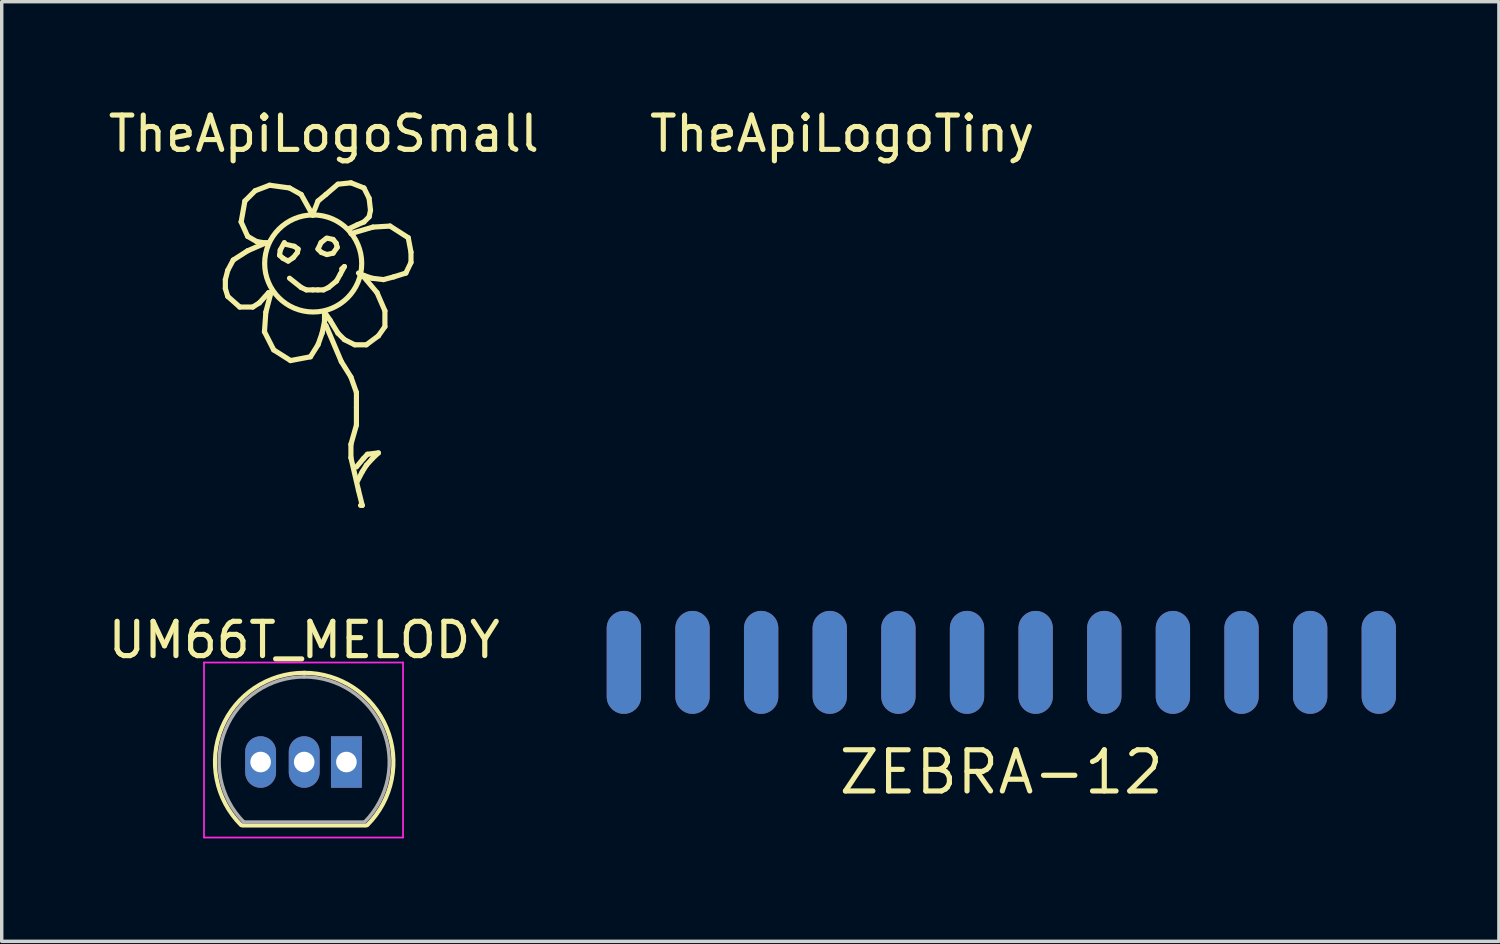
<source format=kicad_pcb>
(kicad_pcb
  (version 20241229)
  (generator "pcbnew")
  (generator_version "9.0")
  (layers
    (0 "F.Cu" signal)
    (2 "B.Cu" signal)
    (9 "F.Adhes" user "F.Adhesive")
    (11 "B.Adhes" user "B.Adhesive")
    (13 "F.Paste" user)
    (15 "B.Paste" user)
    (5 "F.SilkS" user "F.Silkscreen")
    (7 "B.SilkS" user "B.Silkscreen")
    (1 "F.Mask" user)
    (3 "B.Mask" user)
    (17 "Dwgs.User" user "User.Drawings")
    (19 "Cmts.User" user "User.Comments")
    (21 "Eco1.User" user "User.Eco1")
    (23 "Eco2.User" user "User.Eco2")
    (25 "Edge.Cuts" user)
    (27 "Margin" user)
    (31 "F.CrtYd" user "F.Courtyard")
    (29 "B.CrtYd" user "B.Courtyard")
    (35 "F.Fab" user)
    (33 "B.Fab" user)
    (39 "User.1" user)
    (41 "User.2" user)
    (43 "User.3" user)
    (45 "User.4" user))
  (footprint "UM66T_MELODY"
    (layer "F.Cu")
    (at 4.545 19.157)
    (property "Reference" "UM66T_MELODY" (at 1.27 -3.556 0) (layer "F.SilkS") (effects (font (size 1 1) (thickness 0.15))))
    (attr through_hole)
    (fp_line (start -0.53 1.85) (end 3.07 1.85) (stroke (width 0.12) (type solid)) (layer "F.SilkS"))
    (fp_arc (start -0.568478 1.838478) (mid -1.132087 -0.994977) (end 1.27 -2.6) (stroke (width 0.12) (type solid)) (layer "F.SilkS"))
    (fp_arc (start 1.27 -2.6) (mid 3.672087 -0.994977) (end 3.108478 1.838478) (stroke (width 0.12) (type solid)) (layer "F.SilkS"))
    (fp_line (start -1.65 -2.9) (end 4.15 -2.9) (stroke (width 0.05) (type solid)) (layer "F.CrtYd"))
    (fp_line (start -1.65 2.2) (end -1.65 -2.9) (stroke (width 0.05) (type solid)) (layer "F.CrtYd"))
    (fp_line (start 4.15 -2.9) (end 4.15 2.2) (stroke (width 0.05) (type solid)) (layer "F.CrtYd"))
    (fp_line (start 4.15 2.2) (end -1.65 2.2) (stroke (width 0.05) (type solid)) (layer "F.CrtYd"))
    (fp_line (start -0.5 1.75) (end 3 1.75) (stroke (width 0.1) (type solid)) (layer "F.Fab"))
    (fp_arc (start -0.483625 1.753625) (mid -1.021221 -0.949055) (end 1.27 -2.48) (stroke (width 0.1) (type solid)) (layer "F.Fab"))
    (fp_arc (start 1.27 -2.48) (mid 3.561221 -0.949055) (end 3.023625 1.753625) (stroke (width 0.1) (type solid)) (layer "F.Fab"))
    (pad "1" thru_hole rect (at 2.5 0 180) (size 0.899 1.501) (drill 0.6) (layers "*.Cu" "*.Mask"))
    (pad "2" thru_hole oval (at 1.27 0 180) (size 0.899 1.501) (drill 0.6) (layers "*.Cu" "*.Mask"))
    (pad "3" thru_hole oval (at 0 0 180) (size 0.899 1.501) (drill 0.6) (layers "*.Cu" "*.Mask")))
  (footprint "TheApiLogoSmall"
    (layer "F.Cu")
    (at 6.247 1.688)
    (property "Reference" "TheApiLogoSmall" (at 0.14 -0.84 0) (layer "F.SilkS") (effects (font (size 1 1) (thickness 0.15))))
    (attr through_hole)
    (fp_line (start -2.73 3.41) (end -2.73 3.67) (stroke (width 0.15) (type solid)) (layer "F.SilkS"))
    (fp_line (start -2.73 3.67) (end -2.66 3.9) (stroke (width 0.15) (type solid)) (layer "F.SilkS"))
    (fp_line (start -2.66 3.14) (end -2.73 3.41) (stroke (width 0.15) (type solid)) (layer "F.SilkS"))
    (fp_line (start -2.66 3.9) (end -2.31 4.21) (stroke (width 0.15) (type solid)) (layer "F.SilkS"))
    (fp_line (start -2.5 2.84) (end -2.66 3.14) (stroke (width 0.15) (type solid)) (layer "F.SilkS"))
    (fp_line (start -2.31 4.21) (end -1.93 4.21) (stroke (width 0.15) (type solid)) (layer "F.SilkS"))
    (fp_line (start -2.27 1.73) (end -2.08 2.15) (stroke (width 0.15) (type solid)) (layer "F.SilkS"))
    (fp_line (start -2.16 1.12) (end -2.27 1.73) (stroke (width 0.15) (type solid)) (layer "F.SilkS"))
    (fp_line (start -2.08 2.15) (end -1.82 2.3) (stroke (width 0.15) (type solid)) (layer "F.SilkS"))
    (fp_line (start -2.08 2.57) (end -2.5 2.84) (stroke (width 0.15) (type solid)) (layer "F.SilkS"))
    (fp_line (start -1.93 4.21) (end -1.74 4.09) (stroke (width 0.15) (type solid)) (layer "F.SilkS"))
    (fp_line (start -1.86 0.82) (end -2.16 1.12) (stroke (width 0.15) (type solid)) (layer "F.SilkS"))
    (fp_line (start -1.82 2.3) (end -1.59 2.34) (stroke (width 0.15) (type solid)) (layer "F.SilkS"))
    (fp_line (start -1.74 4.09) (end -1.47 3.79) (stroke (width 0.15) (type solid)) (layer "F.SilkS"))
    (fp_line (start -1.59 2.34) (end -1.51 2.34) (stroke (width 0.15) (type solid)) (layer "F.SilkS"))
    (fp_line (start -1.59 4.93) (end -1.32 5.46) (stroke (width 0.15) (type solid)) (layer "F.SilkS"))
    (fp_line (start -1.55 2.34) (end -2.08 2.57) (stroke (width 0.15) (type solid)) (layer "F.SilkS"))
    (fp_line (start -1.55 4.36) (end -1.59 4.93) (stroke (width 0.15) (type solid)) (layer "F.SilkS"))
    (fp_line (start -1.51 2.34) (end -1.51 2.38) (stroke (width 0.15) (type solid)) (layer "F.SilkS"))
    (fp_line (start -1.47 3.79) (end -1.4 3.79) (stroke (width 0.15) (type solid)) (layer "F.SilkS"))
    (fp_line (start -1.44 0.66) (end -1.86 0.82) (stroke (width 0.15) (type solid)) (layer "F.SilkS"))
    (fp_line (start -1.4 3.79) (end -1.55 4.36) (stroke (width 0.15) (type solid)) (layer "F.SilkS"))
    (fp_line (start -1.32 5.46) (end -0.83 5.77) (stroke (width 0.15) (type solid)) (layer "F.SilkS"))
    (fp_line (start -1.15 2.7) (end -1.05 2.79) (stroke (width 0.15) (type solid)) (layer "F.SilkS"))
    (fp_line (start -1.13 2.55) (end -1.15 2.7) (stroke (width 0.15) (type solid)) (layer "F.SilkS"))
    (fp_line (start -1.05 2.79) (end -0.9 2.87) (stroke (width 0.15) (type solid)) (layer "F.SilkS"))
    (fp_line (start -1.01 2.33) (end -1.13 2.55) (stroke (width 0.15) (type solid)) (layer "F.SilkS"))
    (fp_line (start -0.9 2.87) (end -0.75 2.77) (stroke (width 0.15) (type solid)) (layer "F.SilkS"))
    (fp_line (start -0.86 0.74) (end -1.44 0.66) (stroke (width 0.15) (type solid)) (layer "F.SilkS"))
    (fp_line (start -0.86 3.37) (end -0.52 3.64) (stroke (width 0.15) (type solid)) (layer "F.SilkS"))
    (fp_line (start -0.83 5.77) (end -0.25 5.66) (stroke (width 0.15) (type solid)) (layer "F.SilkS"))
    (fp_line (start -0.75 2.77) (end -0.63 2.62) (stroke (width 0.15) (type solid)) (layer "F.SilkS"))
    (fp_line (start -0.72 2.44) (end -0.98 2.38) (stroke (width 0.15) (type solid)) (layer "F.SilkS"))
    (fp_line (start -0.63 2.62) (end -0.61 2.52) (stroke (width 0.15) (type solid)) (layer "F.SilkS"))
    (fp_line (start -0.61 2.52) (end -0.72 2.44) (stroke (width 0.15) (type solid)) (layer "F.SilkS"))
    (fp_line (start -0.52 0.93) (end -0.86 0.74) (stroke (width 0.15) (type solid)) (layer "F.SilkS"))
    (fp_line (start -0.52 3.64) (end -0.37 3.71) (stroke (width 0.15) (type solid)) (layer "F.SilkS"))
    (fp_line (start -0.37 3.71) (end -0.18 3.71) (stroke (width 0.15) (type solid)) (layer "F.SilkS"))
    (fp_line (start -0.25 5.66) (end -0.03 5.31) (stroke (width 0.15) (type solid)) (layer "F.SilkS"))
    (fp_line (start -0.18 1.5) (end -0.03 1.12) (stroke (width 0.15) (type solid)) (layer "F.SilkS"))
    (fp_line (start -0.18 1.54) (end -0.52 0.93) (stroke (width 0.15) (type solid)) (layer "F.SilkS"))
    (fp_line (start -0.18 3.71) (end -0.03 3.71) (stroke (width 0.15) (type solid)) (layer "F.SilkS"))
    (fp_line (start -0.03 1.12) (end 0.2 0.93) (stroke (width 0.15) (type solid)) (layer "F.SilkS"))
    (fp_line (start -0.03 2.52) (end 0.07 2.62) (stroke (width 0.15) (type solid)) (layer "F.SilkS"))
    (fp_line (start -0.03 3.71) (end 0.13 3.71) (stroke (width 0.15) (type solid)) (layer "F.SilkS"))
    (fp_line (start -0.03 5.31) (end 0.09 4.97) (stroke (width 0.15) (type solid)) (layer "F.SilkS"))
    (fp_line (start 0.06 2.33) (end -0.03 2.52) (stroke (width 0.15) (type solid)) (layer "F.SilkS"))
    (fp_line (start 0.07 2.62) (end 0.23 2.68) (stroke (width 0.15) (type solid)) (layer "F.SilkS"))
    (fp_line (start 0.09 4.97) (end 0.16 4.63) (stroke (width 0.15) (type solid)) (layer "F.SilkS"))
    (fp_line (start 0.13 3.71) (end 0.28 3.64) (stroke (width 0.15) (type solid)) (layer "F.SilkS"))
    (fp_line (start 0.16 4.63) (end 0.16 4.36) (stroke (width 0.15) (type solid)) (layer "F.SilkS"))
    (fp_line (start 0.2 0.93) (end 0.55 0.63) (stroke (width 0.15) (type solid)) (layer "F.SilkS"))
    (fp_line (start 0.2 4.74) (end 0.65 5.8) (stroke (width 0.15) (type solid)) (layer "F.SilkS"))
    (fp_line (start 0.21 2.21) (end 0.06 2.33) (stroke (width 0.15) (type solid)) (layer "F.SilkS"))
    (fp_line (start 0.23 2.68) (end 0.41 2.64) (stroke (width 0.15) (type solid)) (layer "F.SilkS"))
    (fp_line (start 0.28 3.64) (end 0.51 3.45) (stroke (width 0.15) (type solid)) (layer "F.SilkS"))
    (fp_line (start 0.32 4.59) (end 0.16 4.36) (stroke (width 0.15) (type solid)) (layer "F.SilkS"))
    (fp_line (start 0.41 2.24) (end 0.23 2.2) (stroke (width 0.15) (type solid)) (layer "F.SilkS"))
    (fp_line (start 0.41 2.64) (end 0.53 2.47) (stroke (width 0.15) (type solid)) (layer "F.SilkS"))
    (fp_line (start 0.5 2.35) (end 0.41 2.24) (stroke (width 0.15) (type solid)) (layer "F.SilkS"))
    (fp_line (start 0.51 3.45) (end 0.62 3.25) (stroke (width 0.15) (type solid)) (layer "F.SilkS"))
    (fp_line (start 0.53 2.47) (end 0.5 2.35) (stroke (width 0.15) (type solid)) (layer "F.SilkS"))
    (fp_line (start 0.55 0.63) (end 0.93 0.59) (stroke (width 0.15) (type solid)) (layer "F.SilkS"))
    (fp_line (start 0.55 4.97) (end 0.32 4.59) (stroke (width 0.15) (type solid)) (layer "F.SilkS"))
    (fp_line (start 0.62 3.25) (end 0.74 3.03) (stroke (width 0.15) (type solid)) (layer "F.SilkS"))
    (fp_line (start 0.65 5.8) (end 0.93 6.25) (stroke (width 0.15) (type solid)) (layer "F.SilkS"))
    (fp_line (start 0.74 3.03) (end 0.66 3.1) (stroke (width 0.15) (type solid)) (layer "F.SilkS"))
    (fp_line (start 0.74 5.16) (end 0.55 4.97) (stroke (width 0.15) (type solid)) (layer "F.SilkS"))
    (fp_line (start 0.93 0.59) (end 1.31 0.74) (stroke (width 0.15) (type solid)) (layer "F.SilkS"))
    (fp_line (start 0.93 2.07) (end 1.57 1.88) (stroke (width 0.15) (type solid)) (layer "F.SilkS"))
    (fp_line (start 0.93 6.25) (end 1.09 6.7) (stroke (width 0.15) (type solid)) (layer "F.SilkS"))
    (fp_line (start 0.93 8.21) (end 0.93 8.6) (stroke (width 0.15) (type solid)) (layer "F.SilkS"))
    (fp_line (start 0.93 8.6) (end 1.15 9.55) (stroke (width 0.15) (type solid)) (layer "F.SilkS"))
    (fp_line (start 1.04 5.31) (end 0.74 5.16) (stroke (width 0.15) (type solid)) (layer "F.SilkS"))
    (fp_line (start 1.09 6.7) (end 1.09 7.14) (stroke (width 0.15) (type solid)) (layer "F.SilkS"))
    (fp_line (start 1.09 7.14) (end 1.09 7.65) (stroke (width 0.15) (type solid)) (layer "F.SilkS"))
    (fp_line (start 1.09 7.65) (end 0.93 8.21) (stroke (width 0.15) (type solid)) (layer "F.SilkS"))
    (fp_line (start 1.12 1.81) (end 0.89 1.92) (stroke (width 0.15) (type solid)) (layer "F.SilkS"))
    (fp_line (start 1.12 9.28) (end 1.26 9.01) (stroke (width 0.15) (type solid)) (layer "F.SilkS"))
    (fp_line (start 1.15 9.55) (end 1.26 9.99) (stroke (width 0.15) (type solid)) (layer "F.SilkS"))
    (fp_line (start 1.26 9.01) (end 1.38 8.82) (stroke (width 0.15) (type solid)) (layer "F.SilkS"))
    (fp_line (start 1.26 9.99) (end 1.21 9.99) (stroke (width 0.15) (type solid)) (layer "F.SilkS"))
    (fp_line (start 1.27 3.29) (end 1.69 3.79) (stroke (width 0.15) (type solid)) (layer "F.SilkS"))
    (fp_line (start 1.29 8.63) (end 1.09 8.87) (stroke (width 0.15) (type solid)) (layer "F.SilkS"))
    (fp_line (start 1.31 0.74) (end 1.46 1.04) (stroke (width 0.15) (type solid)) (layer "F.SilkS"))
    (fp_line (start 1.31 1.73) (end 1.12 1.81) (stroke (width 0.15) (type solid)) (layer "F.SilkS"))
    (fp_line (start 1.31 3.29) (end 1.15 3.22) (stroke (width 0.15) (type solid)) (layer "F.SilkS"))
    (fp_line (start 1.38 5.31) (end 1.04 5.31) (stroke (width 0.15) (type solid)) (layer "F.SilkS"))
    (fp_line (start 1.38 8.82) (end 1.55 8.63) (stroke (width 0.15) (type solid)) (layer "F.SilkS"))
    (fp_line (start 1.41 8.5) (end 1.29 8.63) (stroke (width 0.15) (type solid)) (layer "F.SilkS"))
    (fp_line (start 1.46 1.04) (end 1.5 1.39) (stroke (width 0.15) (type solid)) (layer "F.SilkS"))
    (fp_line (start 1.46 1.58) (end 1.31 1.73) (stroke (width 0.15) (type solid)) (layer "F.SilkS"))
    (fp_line (start 1.5 1.39) (end 1.46 1.58) (stroke (width 0.15) (type solid)) (layer "F.SilkS"))
    (fp_line (start 1.54 3.37) (end 1.31 3.29) (stroke (width 0.15) (type solid)) (layer "F.SilkS"))
    (fp_line (start 1.55 8.63) (end 1.73 8.46) (stroke (width 0.15) (type solid)) (layer "F.SilkS"))
    (fp_line (start 1.57 1.88) (end 2.07 1.85) (stroke (width 0.15) (type solid)) (layer "F.SilkS"))
    (fp_line (start 1.69 3.79) (end 1.92 4.32) (stroke (width 0.15) (type solid)) (layer "F.SilkS"))
    (fp_line (start 1.73 5.05) (end 1.38 5.31) (stroke (width 0.15) (type solid)) (layer "F.SilkS"))
    (fp_line (start 1.73 8.46) (end 1.41 8.5) (stroke (width 0.15) (type solid)) (layer "F.SilkS"))
    (fp_line (start 1.88 3.41) (end 1.54 3.37) (stroke (width 0.15) (type solid)) (layer "F.SilkS"))
    (fp_line (start 1.92 4.32) (end 1.92 4.78) (stroke (width 0.15) (type solid)) (layer "F.SilkS"))
    (fp_line (start 1.92 4.78) (end 1.73 5.05) (stroke (width 0.15) (type solid)) (layer "F.SilkS"))
    (fp_line (start 2.07 1.85) (end 2.6 2.19) (stroke (width 0.15) (type solid)) (layer "F.SilkS"))
    (fp_line (start 2.18 3.33) (end 1.88 3.41) (stroke (width 0.15) (type solid)) (layer "F.SilkS"))
    (fp_line (start 2.53 3.22) (end 2.18 3.33) (stroke (width 0.15) (type solid)) (layer "F.SilkS"))
    (fp_line (start 2.6 2.19) (end 2.68 2.61) (stroke (width 0.15) (type solid)) (layer "F.SilkS"))
    (fp_line (start 2.68 2.61) (end 2.68 2.91) (stroke (width 0.15) (type solid)) (layer "F.SilkS"))
    (fp_line (start 2.68 2.91) (end 2.53 3.22) (stroke (width 0.15) (type solid)) (layer "F.SilkS"))
    (fp_circle (center -0.17 2.94) (end 0.83 1.94) (stroke (width 0.15) (type solid)) (fill no) (layer "F.SilkS")))
  (footprint "TheApiLogoTiny"
    (layer "F.Cu")
    (at 21.494 0.348)
    (property "Reference" "TheApiLogoTiny" (at 0 0.5 0) (layer "F.SilkS") (effects (font (size 1 1) (thickness 0.15))))
    (attr through_hole)
    (fp_line (start -0.82 2.42) (end -0.78 2.55) (stroke (width 0.102) (type solid)) (layer "F.Mask"))
    (fp_line (start -0.79 1.93) (end -0.68 2.1) (stroke (width 0.102) (type solid)) (layer "F.Mask"))
    (fp_line (start -0.78 2.55) (end -0.66 2.63) (stroke (width 0.102) (type solid)) (layer "F.Mask"))
    (fp_line (start -0.73 2.27) (end -0.82 2.42) (stroke (width 0.102) (type solid)) (layer "F.Mask"))
    (fp_line (start -0.68 1.74) (end -0.79 1.93) (stroke (width 0.102) (type solid)) (layer "F.Mask"))
    (fp_line (start -0.68 2.1) (end -0.47 2.15) (stroke (width 0.102) (type solid)) (layer "F.Mask"))
    (fp_line (start -0.66 2.63) (end -0.41 2.57) (stroke (width 0.102) (type solid)) (layer "F.Mask"))
    (fp_line (start -0.47 2.79) (end -0.46 2.98) (stroke (width 0.102) (type solid)) (layer "F.Mask"))
    (fp_line (start -0.46 2.22) (end -0.73 2.27) (stroke (width 0.102) (type solid)) (layer "F.Mask"))
    (fp_line (start -0.46 2.98) (end -0.35 3.02) (stroke (width 0.102) (type solid)) (layer "F.Mask"))
    (fp_line (start -0.4 1.67) (end -0.68 1.74) (stroke (width 0.102) (type solid)) (layer "F.Mask"))
    (fp_line (start -0.39 2.59) (end -0.47 2.79) (stroke (width 0.102) (type solid)) (layer "F.Mask"))
    (fp_line (start -0.35 3.02) (end -0.23 2.98) (stroke (width 0.102) (type solid)) (layer "F.Mask"))
    (fp_line (start -0.23 2.98) (end -0.17 2.87) (stroke (width 0.102) (type solid)) (layer "F.Mask"))
    (fp_line (start -0.21 2.42) (end -0.09 2.49) (stroke (width 0.076) (type solid)) (layer "F.Mask"))
    (fp_line (start -0.17 2.87) (end -0.15 2.76) (stroke (width 0.102) (type solid)) (layer "F.Mask"))
    (fp_line (start -0.16 2.76) (end -0.17 2.73) (stroke (width 0.102) (type solid)) (layer "F.Mask"))
    (fp_line (start -0.15 2.76) (end -0.13 2.74) (stroke (width 0.102) (type solid)) (layer "F.Mask"))
    (fp_line (start -0.13 1.81) (end -0.4 1.67) (stroke (width 0.102) (type solid)) (layer "F.Mask"))
    (fp_line (start -0.13 2.74) (end -0.16 2.76) (stroke (width 0.102) (type solid)) (layer "F.Mask"))
    (fp_line (start -0.13 2.84) (end -0.04 3.27) (stroke (width 0.102) (type solid)) (layer "F.Mask"))
    (fp_line (start -0.1 2.75) (end -0.03 2.94) (stroke (width 0.102) (type solid)) (layer "F.Mask"))
    (fp_line (start -0.09 2.49) (end 0.04 2.48) (stroke (width 0.076) (type solid)) (layer "F.Mask"))
    (fp_line (start -0.06 1.85) (end 0.03 1.58) (stroke (width 0.102) (type solid)) (layer "F.Mask"))
    (fp_line (start -0.04 3.27) (end 0.18 3.57) (stroke (width 0.102) (type solid)) (layer "F.Mask"))
    (fp_line (start -0.03 2.94) (end 0.09 3.07) (stroke (width 0.102) (type solid)) (layer "F.Mask"))
    (fp_line (start 0.03 1.58) (end 0.19 1.52) (stroke (width 0.102) (type solid)) (layer "F.Mask"))
    (fp_line (start 0.04 2.48) (end 0.16 2.39) (stroke (width 0.076) (type solid)) (layer "F.Mask"))
    (fp_line (start 0.09 3.07) (end 0.21 3.04) (stroke (width 0.102) (type solid)) (layer "F.Mask"))
    (fp_line (start 0.18 3.57) (end 0.3 3.85) (stroke (width 0.102) (type solid)) (layer "F.Mask"))
    (fp_line (start 0.19 1.52) (end 0.36 1.55) (stroke (width 0.102) (type solid)) (layer "F.Mask"))
    (fp_line (start 0.21 3.04) (end 0.26 2.95) (stroke (width 0.102) (type solid)) (layer "F.Mask"))
    (fp_line (start 0.24 2.85) (end 0.24 2.68) (stroke (width 0.102) (type solid)) (layer "F.Mask"))
    (fp_line (start 0.26 2.95) (end 0.24 2.85) (stroke (width 0.102) (type solid)) (layer "F.Mask"))
    (fp_line (start 0.26 4.07) (end 0.42 3.55) (stroke (width 0.102) (type solid)) (layer "F.Mask"))
    (fp_line (start 0.27 1.9) (end 0.64 1.89) (stroke (width 0.102) (type solid)) (layer "F.Mask"))
    (fp_line (start 0.3 3.85) (end 0.26 4.07) (stroke (width 0.102) (type solid)) (layer "F.Mask"))
    (fp_line (start 0.36 1.55) (end 0.41 1.66) (stroke (width 0.102) (type solid)) (layer "F.Mask"))
    (fp_line (start 0.39 1.77) (end 0.3 1.91) (stroke (width 0.102) (type solid)) (layer "F.Mask"))
    (fp_line (start 0.41 1.66) (end 0.39 1.77) (stroke (width 0.102) (type solid)) (layer "F.Mask"))
    (fp_line (start 0.42 2.25) (end 0.6 2.36) (stroke (width 0.102) (type solid)) (layer "F.Mask"))
    (fp_line (start 0.42 2.75) (end 0.33 2.62) (stroke (width 0.102) (type solid)) (layer "F.Mask"))
    (fp_line (start 0.52 2.22) (end 0.42 2.22) (stroke (width 0.102) (type solid)) (layer "F.Mask"))
    (fp_line (start 0.55 2.78) (end 0.42 2.75) (stroke (width 0.102) (type solid)) (layer "F.Mask"))
    (fp_line (start 0.6 2.36) (end 0.7 2.5) (stroke (width 0.102) (type solid)) (layer "F.Mask"))
    (fp_line (start 0.64 1.89) (end 0.75 1.99) (stroke (width 0.102) (type solid)) (layer "F.Mask"))
    (fp_line (start 0.66 2.74) (end 0.55 2.78) (stroke (width 0.102) (type solid)) (layer "F.Mask"))
    (fp_line (start 0.67 2.21) (end 0.52 2.22) (stroke (width 0.102) (type solid)) (layer "F.Mask"))
    (fp_line (start 0.7 2.5) (end 0.7 2.64) (stroke (width 0.102) (type solid)) (layer "F.Mask"))
    (fp_line (start 0.7 2.64) (end 0.66 2.74) (stroke (width 0.102) (type solid)) (layer "F.Mask"))
    (fp_line (start 0.75 1.99) (end 0.77 2.14) (stroke (width 0.102) (type solid)) (layer "F.Mask"))
    (fp_line (start 0.77 2.14) (end 0.67 2.21) (stroke (width 0.102) (type solid)) (layer "F.Mask"))
    (fp_circle (center -0.16 2.2) (end -0.13 2.21) (stroke (width 0.15) (type solid)) (fill no) (layer "F.Mask"))
    (fp_circle (center -0.02 2.28) (end 0.39 2.28) (stroke (width 0.127) (type solid)) (fill no) (layer "F.Mask"))
    (fp_circle (center 0.12 2.2) (end 0.15 2.21) (stroke (width 0.15) (type solid)) (fill no) (layer "F.Mask")))
  (footprint "ZEBRA-12"
    (layer "F.Cu")
    (at 26.131 16.253)
    (property "Reference" "ZEBRA-12" (at 0 3.2 0) (layer "F.SilkS") (effects (font (size 1.2 1.2) (thickness 0.15))))
    (attr through_hole)
    (pad "1" thru_hole oval (at -11 0) (size 1 3) (drill 0.000001) (layers "*.Cu" "*.Mask"))
    (pad "2" thru_hole oval (at -9 0) (size 1 3) (drill 0.000001) (layers "*.Cu" "*.Mask"))
    (pad "3" thru_hole oval (at -7 0) (size 1 3) (drill 0.000001) (layers "*.Cu" "*.Mask"))
    (pad "4" thru_hole oval (at -5 0) (size 1 3) (drill 0.000001) (layers "*.Cu" "*.Mask"))
    (pad "5" thru_hole oval (at -3 0) (size 1 3) (drill 0.000001) (layers "*.Cu" "*.Mask"))
    (pad "6" thru_hole oval (at -1 0) (size 1 3) (drill 0.000001) (layers "*.Cu" "*.Mask"))
    (pad "7" thru_hole oval (at 1 0) (size 1 3) (drill 0.000001) (layers "*.Cu" "*.Mask"))
    (pad "8" thru_hole oval (at 3 0) (size 1 3) (drill 0.000001) (layers "*.Cu" "*.Mask"))
    (pad "9" thru_hole oval (at 5 0) (size 1 3) (drill 0.000001) (layers "*.Cu" "*.Mask"))
    (pad "10" thru_hole oval (at 7 0) (size 1 3) (drill 0.000001) (layers "*.Cu" "*.Mask"))
    (pad "11" thru_hole oval (at 9 0) (size 1 3) (drill 0.000001) (layers "*.Cu" "*.Mask"))
    (pad "12" thru_hole oval (at 11 0) (size 1 3) (drill 0.000001) (layers "*.Cu" "*.Mask")))
  (gr_rect
    (start -3 -3)
    (end 40.631 24.383)
    (stroke (width 0.1) (type default))
    (fill no)
    (layer "Edge.Cuts")))
</source>
